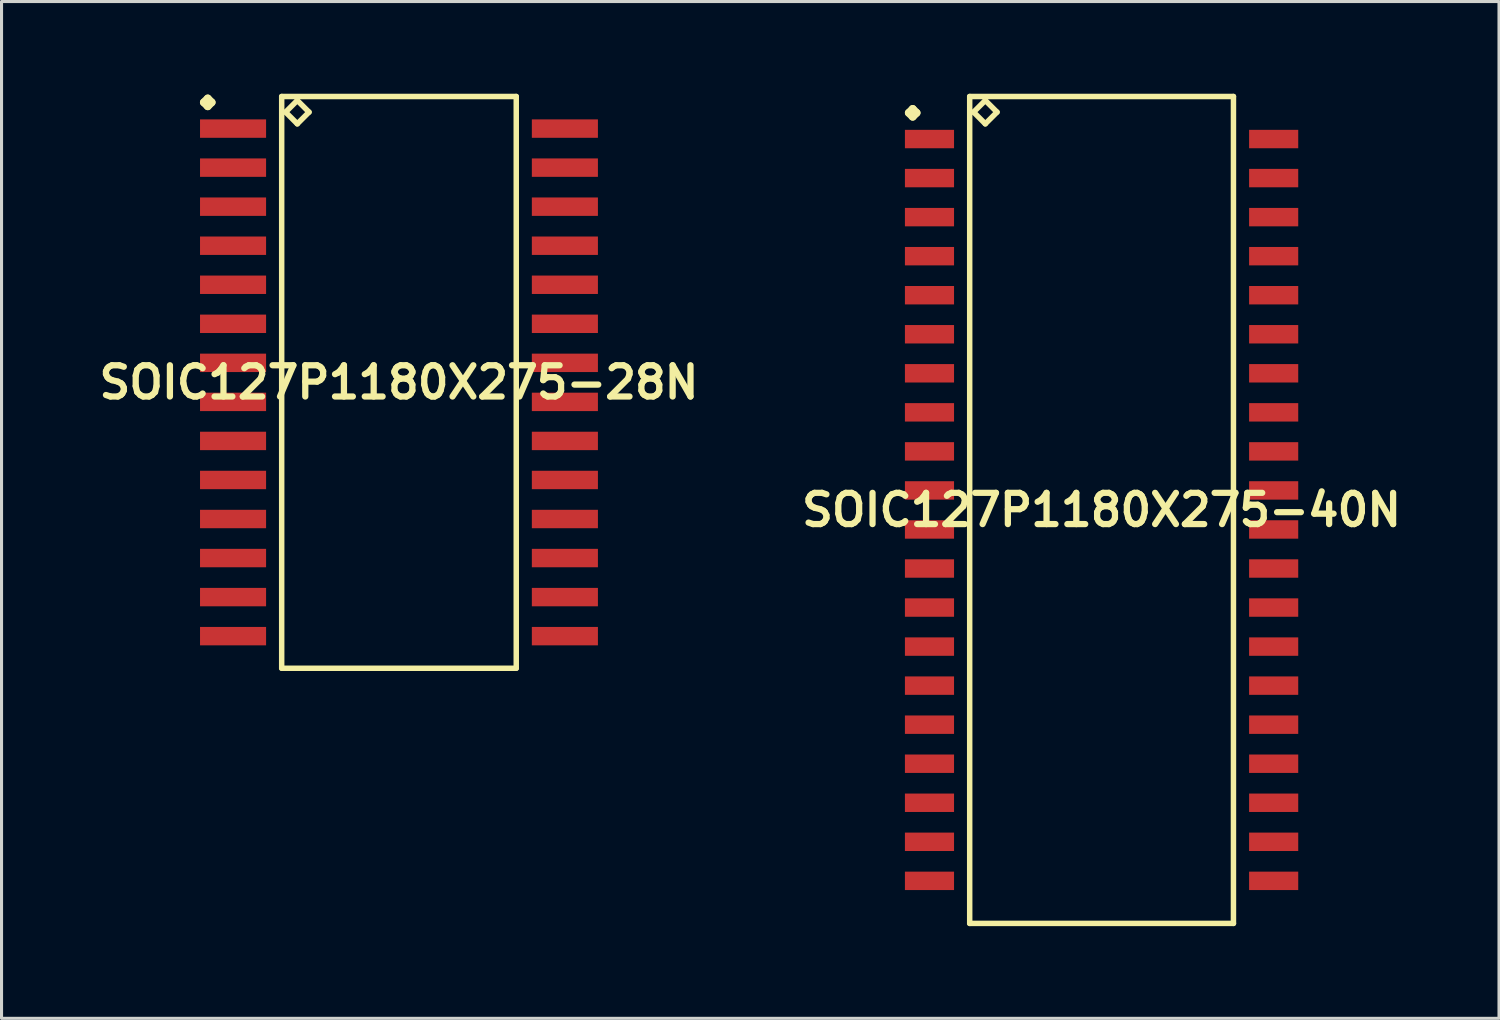
<source format=kicad_pcb>
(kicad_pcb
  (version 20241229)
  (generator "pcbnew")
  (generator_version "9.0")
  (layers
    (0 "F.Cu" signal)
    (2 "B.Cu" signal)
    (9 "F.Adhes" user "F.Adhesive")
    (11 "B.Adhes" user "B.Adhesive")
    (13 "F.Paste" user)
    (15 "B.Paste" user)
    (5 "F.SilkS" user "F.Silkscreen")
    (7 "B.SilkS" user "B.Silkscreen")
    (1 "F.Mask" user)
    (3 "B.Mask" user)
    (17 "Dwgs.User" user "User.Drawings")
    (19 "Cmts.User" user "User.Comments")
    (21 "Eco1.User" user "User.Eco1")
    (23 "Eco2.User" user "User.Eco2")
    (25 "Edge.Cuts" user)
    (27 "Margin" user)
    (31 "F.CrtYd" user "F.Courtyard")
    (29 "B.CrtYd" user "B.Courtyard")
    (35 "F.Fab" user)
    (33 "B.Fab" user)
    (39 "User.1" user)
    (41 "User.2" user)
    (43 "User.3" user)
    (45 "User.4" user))
  (footprint "SOIC127P1180X275-40N"
    (layer "F.Cu")
    (at 32.783 13.538)
    (property "Reference" "SOIC127P1180X275-40N" (at 0 0 0) (layer "F.SilkS") (effects (font (size 1.016 1.016) (thickness 0.203))))
    (attr smd)
    (fp_line (start -6.271 -12.918) (end -6.144 -13.045) (stroke (width 0.254) (type solid)) (layer "F.SilkS"))
    (fp_line (start -6.144 -13.045) (end -6.017 -12.918) (stroke (width 0.254) (type solid)) (layer "F.SilkS"))
    (fp_line (start -6.144 -12.791) (end -6.271 -12.918) (stroke (width 0.254) (type solid)) (layer "F.SilkS"))
    (fp_line (start -6.017 -12.918) (end -6.144 -12.791) (stroke (width 0.254) (type solid)) (layer "F.SilkS"))
    (fp_line (start -4.29 -13.449) (end -4.29 13.449) (stroke (width 0.178) (type solid)) (layer "F.SilkS"))
    (fp_line (start -4.29 13.449) (end 4.29 13.449) (stroke (width 0.178) (type solid)) (layer "F.SilkS"))
    (fp_line (start -4.163 -12.941) (end -3.782 -13.322) (stroke (width 0.178) (type solid)) (layer "F.SilkS"))
    (fp_line (start -3.782 -13.322) (end -3.401 -12.941) (stroke (width 0.178) (type solid)) (layer "F.SilkS"))
    (fp_line (start -3.782 -12.56) (end -4.163 -12.941) (stroke (width 0.178) (type solid)) (layer "F.SilkS"))
    (fp_line (start -3.401 -12.941) (end -3.782 -12.56) (stroke (width 0.178) (type solid)) (layer "F.SilkS"))
    (fp_line (start 4.29 -13.449) (end -4.29 -13.449) (stroke (width 0.178) (type solid)) (layer "F.SilkS"))
    (fp_line (start 4.29 13.449) (end 4.29 -13.449) (stroke (width 0.178) (type solid)) (layer "F.SilkS"))
    (pad "1" smd rect (at -5.598 -12.065) (size 1.598 0.599) (layers "F.Cu" "F.Mask" "F.Paste"))
    (pad "2" smd rect (at -5.598 -10.795) (size 1.598 0.599) (layers "F.Cu" "F.Mask" "F.Paste"))
    (pad "3" smd rect (at -5.598 -9.525) (size 1.598 0.599) (layers "F.Cu" "F.Mask" "F.Paste"))
    (pad "4" smd rect (at -5.598 -8.255) (size 1.598 0.599) (layers "F.Cu" "F.Mask" "F.Paste"))
    (pad "5" smd rect (at -5.598 -6.985) (size 1.598 0.599) (layers "F.Cu" "F.Mask" "F.Paste"))
    (pad "6" smd rect (at -5.598 -5.715) (size 1.598 0.599) (layers "F.Cu" "F.Mask" "F.Paste"))
    (pad "7" smd rect (at -5.598 -4.445) (size 1.598 0.599) (layers "F.Cu" "F.Mask" "F.Paste"))
    (pad "8" smd rect (at -5.598 -3.175) (size 1.598 0.599) (layers "F.Cu" "F.Mask" "F.Paste"))
    (pad "9" smd rect (at -5.598 -1.905) (size 1.598 0.599) (layers "F.Cu" "F.Mask" "F.Paste"))
    (pad "10" smd rect (at -5.598 -0.635) (size 1.598 0.599) (layers "F.Cu" "F.Mask" "F.Paste"))
    (pad "11" smd rect (at -5.598 0.635) (size 1.598 0.599) (layers "F.Cu" "F.Mask" "F.Paste"))
    (pad "12" smd rect (at -5.598 1.905) (size 1.598 0.599) (layers "F.Cu" "F.Mask" "F.Paste"))
    (pad "13" smd rect (at -5.598 3.175) (size 1.598 0.599) (layers "F.Cu" "F.Mask" "F.Paste"))
    (pad "14" smd rect (at -5.598 4.445) (size 1.598 0.599) (layers "F.Cu" "F.Mask" "F.Paste"))
    (pad "15" smd rect (at -5.598 5.715) (size 1.598 0.599) (layers "F.Cu" "F.Mask" "F.Paste"))
    (pad "16" smd rect (at -5.598 6.985) (size 1.598 0.599) (layers "F.Cu" "F.Mask" "F.Paste"))
    (pad "17" smd rect (at -5.598 8.255) (size 1.598 0.599) (layers "F.Cu" "F.Mask" "F.Paste"))
    (pad "18" smd rect (at -5.598 9.525) (size 1.598 0.599) (layers "F.Cu" "F.Mask" "F.Paste"))
    (pad "19" smd rect (at -5.598 10.795) (size 1.598 0.599) (layers "F.Cu" "F.Mask" "F.Paste"))
    (pad "20" smd rect (at -5.598 12.065) (size 1.598 0.599) (layers "F.Cu" "F.Mask" "F.Paste"))
    (pad "21" smd rect (at 5.598 12.065) (size 1.598 0.599) (layers "F.Cu" "F.Mask" "F.Paste"))
    (pad "22" smd rect (at 5.598 10.795) (size 1.598 0.599) (layers "F.Cu" "F.Mask" "F.Paste"))
    (pad "23" smd rect (at 5.598 9.525) (size 1.598 0.599) (layers "F.Cu" "F.Mask" "F.Paste"))
    (pad "24" smd rect (at 5.598 8.255) (size 1.598 0.599) (layers "F.Cu" "F.Mask" "F.Paste"))
    (pad "25" smd rect (at 5.598 6.985) (size 1.598 0.599) (layers "F.Cu" "F.Mask" "F.Paste"))
    (pad "26" smd rect (at 5.598 5.715) (size 1.598 0.599) (layers "F.Cu" "F.Mask" "F.Paste"))
    (pad "27" smd rect (at 5.598 4.445) (size 1.598 0.599) (layers "F.Cu" "F.Mask" "F.Paste"))
    (pad "28" smd rect (at 5.598 3.175) (size 1.598 0.599) (layers "F.Cu" "F.Mask" "F.Paste"))
    (pad "29" smd rect (at 5.598 1.905) (size 1.598 0.599) (layers "F.Cu" "F.Mask" "F.Paste"))
    (pad "30" smd rect (at 5.598 0.635) (size 1.598 0.599) (layers "F.Cu" "F.Mask" "F.Paste"))
    (pad "31" smd rect (at 5.598 -0.635) (size 1.598 0.599) (layers "F.Cu" "F.Mask" "F.Paste"))
    (pad "32" smd rect (at 5.598 -1.905) (size 1.598 0.599) (layers "F.Cu" "F.Mask" "F.Paste"))
    (pad "33" smd rect (at 5.598 -3.175) (size 1.598 0.599) (layers "F.Cu" "F.Mask" "F.Paste"))
    (pad "34" smd rect (at 5.598 -4.445) (size 1.598 0.599) (layers "F.Cu" "F.Mask" "F.Paste"))
    (pad "35" smd rect (at 5.598 -5.715) (size 1.598 0.599) (layers "F.Cu" "F.Mask" "F.Paste"))
    (pad "36" smd rect (at 5.598 -6.985) (size 1.598 0.599) (layers "F.Cu" "F.Mask" "F.Paste"))
    (pad "37" smd rect (at 5.598 -8.255) (size 1.598 0.599) (layers "F.Cu" "F.Mask" "F.Paste"))
    (pad "38" smd rect (at 5.598 -9.525) (size 1.598 0.599) (layers "F.Cu" "F.Mask" "F.Paste"))
    (pad "39" smd rect (at 5.598 -10.795) (size 1.598 0.599) (layers "F.Cu" "F.Mask" "F.Paste"))
    (pad "40" smd rect (at 5.598 -12.065) (size 1.598 0.599) (layers "F.Cu" "F.Mask" "F.Paste")))
  (footprint "SOIC127P1180X275-28N"
    (layer "F.Cu")
    (at 9.928 9.388)
    (property "Reference" "SOIC127P1180X275-28N" (at 0 0 0) (layer "F.SilkS") (effects (font (size 1.016 1.016) (thickness 0.203))))
    (attr smd)
    (fp_line (start -6.347 -9.108) (end -6.22 -9.235) (stroke (width 0.254) (type solid)) (layer "F.SilkS"))
    (fp_line (start -6.22 -9.235) (end -6.093 -9.108) (stroke (width 0.254) (type solid)) (layer "F.SilkS"))
    (fp_line (start -6.22 -8.981) (end -6.347 -9.108) (stroke (width 0.254) (type solid)) (layer "F.SilkS"))
    (fp_line (start -6.093 -9.108) (end -6.22 -8.981) (stroke (width 0.254) (type solid)) (layer "F.SilkS"))
    (fp_line (start -3.815 -9.299) (end -3.815 9.299) (stroke (width 0.178) (type solid)) (layer "F.SilkS"))
    (fp_line (start -3.815 9.299) (end 3.815 9.299) (stroke (width 0.178) (type solid)) (layer "F.SilkS"))
    (fp_line (start -3.688 -8.791) (end -3.307 -9.172) (stroke (width 0.178) (type solid)) (layer "F.SilkS"))
    (fp_line (start -3.307 -9.172) (end -2.926 -8.791) (stroke (width 0.178) (type solid)) (layer "F.SilkS"))
    (fp_line (start -3.307 -8.41) (end -3.688 -8.791) (stroke (width 0.178) (type solid)) (layer "F.SilkS"))
    (fp_line (start -2.926 -8.791) (end -3.307 -8.41) (stroke (width 0.178) (type solid)) (layer "F.SilkS"))
    (fp_line (start 3.815 -9.299) (end -3.815 -9.299) (stroke (width 0.178) (type solid)) (layer "F.SilkS"))
    (fp_line (start 3.815 9.299) (end 3.815 -9.299) (stroke (width 0.178) (type solid)) (layer "F.SilkS"))
    (pad "1" smd rect (at -5.397 -8.255) (size 2.149 0.599) (layers "F.Cu" "F.Mask" "F.Paste"))
    (pad "2" smd rect (at -5.397 -6.985) (size 2.149 0.599) (layers "F.Cu" "F.Mask" "F.Paste"))
    (pad "3" smd rect (at -5.397 -5.715) (size 2.149 0.599) (layers "F.Cu" "F.Mask" "F.Paste"))
    (pad "4" smd rect (at -5.397 -4.445) (size 2.149 0.599) (layers "F.Cu" "F.Mask" "F.Paste"))
    (pad "5" smd rect (at -5.397 -3.175) (size 2.149 0.599) (layers "F.Cu" "F.Mask" "F.Paste"))
    (pad "6" smd rect (at -5.397 -1.905) (size 2.149 0.599) (layers "F.Cu" "F.Mask" "F.Paste"))
    (pad "7" smd rect (at -5.397 -0.635) (size 2.149 0.599) (layers "F.Cu" "F.Mask" "F.Paste"))
    (pad "8" smd rect (at -5.397 0.635) (size 2.149 0.599) (layers "F.Cu" "F.Mask" "F.Paste"))
    (pad "9" smd rect (at -5.397 1.905) (size 2.149 0.599) (layers "F.Cu" "F.Mask" "F.Paste"))
    (pad "10" smd rect (at -5.397 3.175) (size 2.149 0.599) (layers "F.Cu" "F.Mask" "F.Paste"))
    (pad "11" smd rect (at -5.397 4.445) (size 2.149 0.599) (layers "F.Cu" "F.Mask" "F.Paste"))
    (pad "12" smd rect (at -5.397 5.715) (size 2.149 0.599) (layers "F.Cu" "F.Mask" "F.Paste"))
    (pad "13" smd rect (at -5.397 6.985) (size 2.149 0.599) (layers "F.Cu" "F.Mask" "F.Paste"))
    (pad "14" smd rect (at -5.397 8.255) (size 2.149 0.599) (layers "F.Cu" "F.Mask" "F.Paste"))
    (pad "15" smd rect (at 5.397 8.255) (size 2.149 0.599) (layers "F.Cu" "F.Mask" "F.Paste"))
    (pad "16" smd rect (at 5.397 6.985) (size 2.149 0.599) (layers "F.Cu" "F.Mask" "F.Paste"))
    (pad "17" smd rect (at 5.397 5.715) (size 2.149 0.599) (layers "F.Cu" "F.Mask" "F.Paste"))
    (pad "18" smd rect (at 5.397 4.445) (size 2.149 0.599) (layers "F.Cu" "F.Mask" "F.Paste"))
    (pad "19" smd rect (at 5.397 3.175) (size 2.149 0.599) (layers "F.Cu" "F.Mask" "F.Paste"))
    (pad "20" smd rect (at 5.397 1.905) (size 2.149 0.599) (layers "F.Cu" "F.Mask" "F.Paste"))
    (pad "21" smd rect (at 5.397 0.635) (size 2.149 0.599) (layers "F.Cu" "F.Mask" "F.Paste"))
    (pad "22" smd rect (at 5.397 -0.635) (size 2.149 0.599) (layers "F.Cu" "F.Mask" "F.Paste"))
    (pad "23" smd rect (at 5.397 -1.905) (size 2.149 0.599) (layers "F.Cu" "F.Mask" "F.Paste"))
    (pad "24" smd rect (at 5.397 -3.175) (size 2.149 0.599) (layers "F.Cu" "F.Mask" "F.Paste"))
    (pad "25" smd rect (at 5.397 -4.445) (size 2.149 0.599) (layers "F.Cu" "F.Mask" "F.Paste"))
    (pad "26" smd rect (at 5.397 -5.715) (size 2.149 0.599) (layers "F.Cu" "F.Mask" "F.Paste"))
    (pad "27" smd rect (at 5.397 -6.985) (size 2.149 0.599) (layers "F.Cu" "F.Mask" "F.Paste"))
    (pad "28" smd rect (at 5.397 -8.255) (size 2.149 0.599) (layers "F.Cu" "F.Mask" "F.Paste")))
  (gr_rect
    (start -3 -3)
    (end 45.711 30.076)
    (stroke (width 0.1) (type default))
    (fill no)
    (layer "Edge.Cuts")))
</source>
